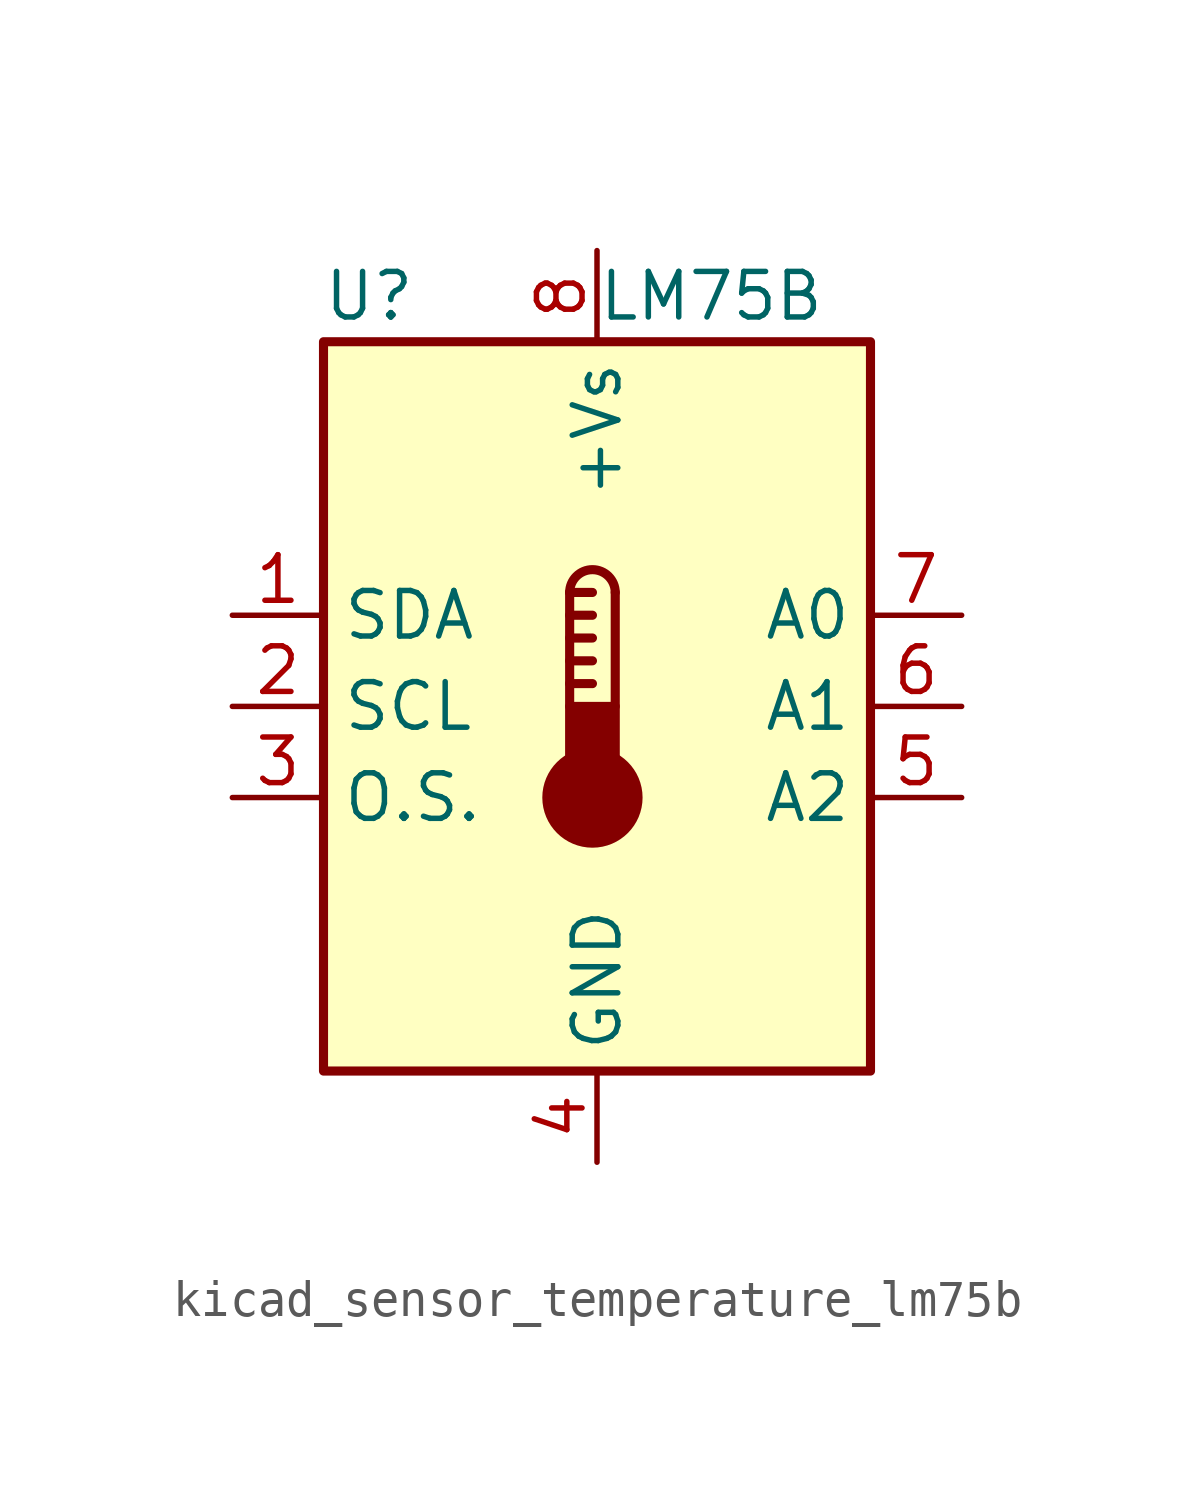
<source format=kicad_sym>
(kicad_symbol_lib
  (version 20220914)
  (generator kicad_symbol_editor)
  (symbol "kicad_sensor_temperature_lm75b"
    (property "Reference" "U"
      (at -6.35 11.43 0)
      (effects (font (size 1.27 1.27))))
    (property "Value" "LM75B"
      (at 0 11.43 0)
      (effects (font (size 1.27 1.27)) (justify left)))
    (symbol "kicad_sensor_temperature_lm75b_0_1"
      (rectangle (start -7.62 10.16) (end 7.62 -10.16) (stroke (width 0.254) (type default)) (fill (type background)))
      (circle (center -0.127 -2.54) (radius 1.27) (stroke (width 0.254) (type default)) (fill (type outline)))
      (polyline (pts (xy -0.762 0.635) (xy -0.127 0.635)) (stroke (width 0.254) (type default)) (fill (type none)))
      (polyline (pts (xy -0.762 1.27) (xy -0.127 1.27)) (stroke (width 0.254) (type default)) (fill (type none)))
      (polyline (pts (xy -0.762 1.905) (xy -0.127 1.905)) (stroke (width 0.254) (type default)) (fill (type none)))
      (polyline (pts (xy -0.762 2.54) (xy -0.127 2.54)) (stroke (width 0.254) (type default)) (fill (type none)))
      (polyline (pts (xy -0.762 3.175) (xy -0.762 0)) (stroke (width 0.254) (type default)) (fill (type none)))
      (polyline (pts (xy -0.762 3.175) (xy -0.127 3.175)) (stroke (width 0.254) (type default)) (fill (type none)))
      (polyline (pts (xy 0.508 3.175) (xy 0.508 0)) (stroke (width 0.254) (type default)) (fill (type none)))
      (rectangle (start 0.508 -1.905) (end -0.762 0) (stroke (width 0.254) (type default)) (fill (type outline)))
      (arc (start 0.508 3.175) (mid -0.127 3.8073) (end -0.762 3.175) (stroke (width 0.254) (type default)) (fill (type none))))
    (symbol "kicad_sensor_temperature_lm75b_1_1"
      (pin bidirectional line (at -10.16 2.54 0) (length 2.54) (name "SDA" (effects (font (size 1.27 1.27)))) (number "1" (effects (font (size 1.27 1.27)))))
      (pin input line (at -10.16 0 0) (length 2.54) (name "SCL" (effects (font (size 1.27 1.27)))) (number "2" (effects (font (size 1.27 1.27)))))
      (pin open_collector line (at -10.16 -2.54 0) (length 2.54) (name "O.S." (effects (font (size 1.27 1.27)))) (number "3" (effects (font (size 1.27 1.27)))))
      (pin power_in line (at 0 -12.7 90) (length 2.54) (name "GND" (effects (font (size 1.27 1.27)))) (number "4" (effects (font (size 1.27 1.27)))))
      (pin input line (at 10.16 -2.54 180) (length 2.54) (name "A2" (effects (font (size 1.27 1.27)))) (number "5" (effects (font (size 1.27 1.27)))))
      (pin input line (at 10.16 0 180) (length 2.54) (name "A1" (effects (font (size 1.27 1.27)))) (number "6" (effects (font (size 1.27 1.27)))))
      (pin input line (at 10.16 2.54 180) (length 2.54) (name "A0" (effects (font (size 1.27 1.27)))) (number "7" (effects (font (size 1.27 1.27)))))
      (pin power_in line (at 0 12.7 270) (length 2.54) (name "+Vs" (effects (font (size 1.27 1.27)))) (number "8" (effects (font (size 1.27 1.27))))))))
</source>
